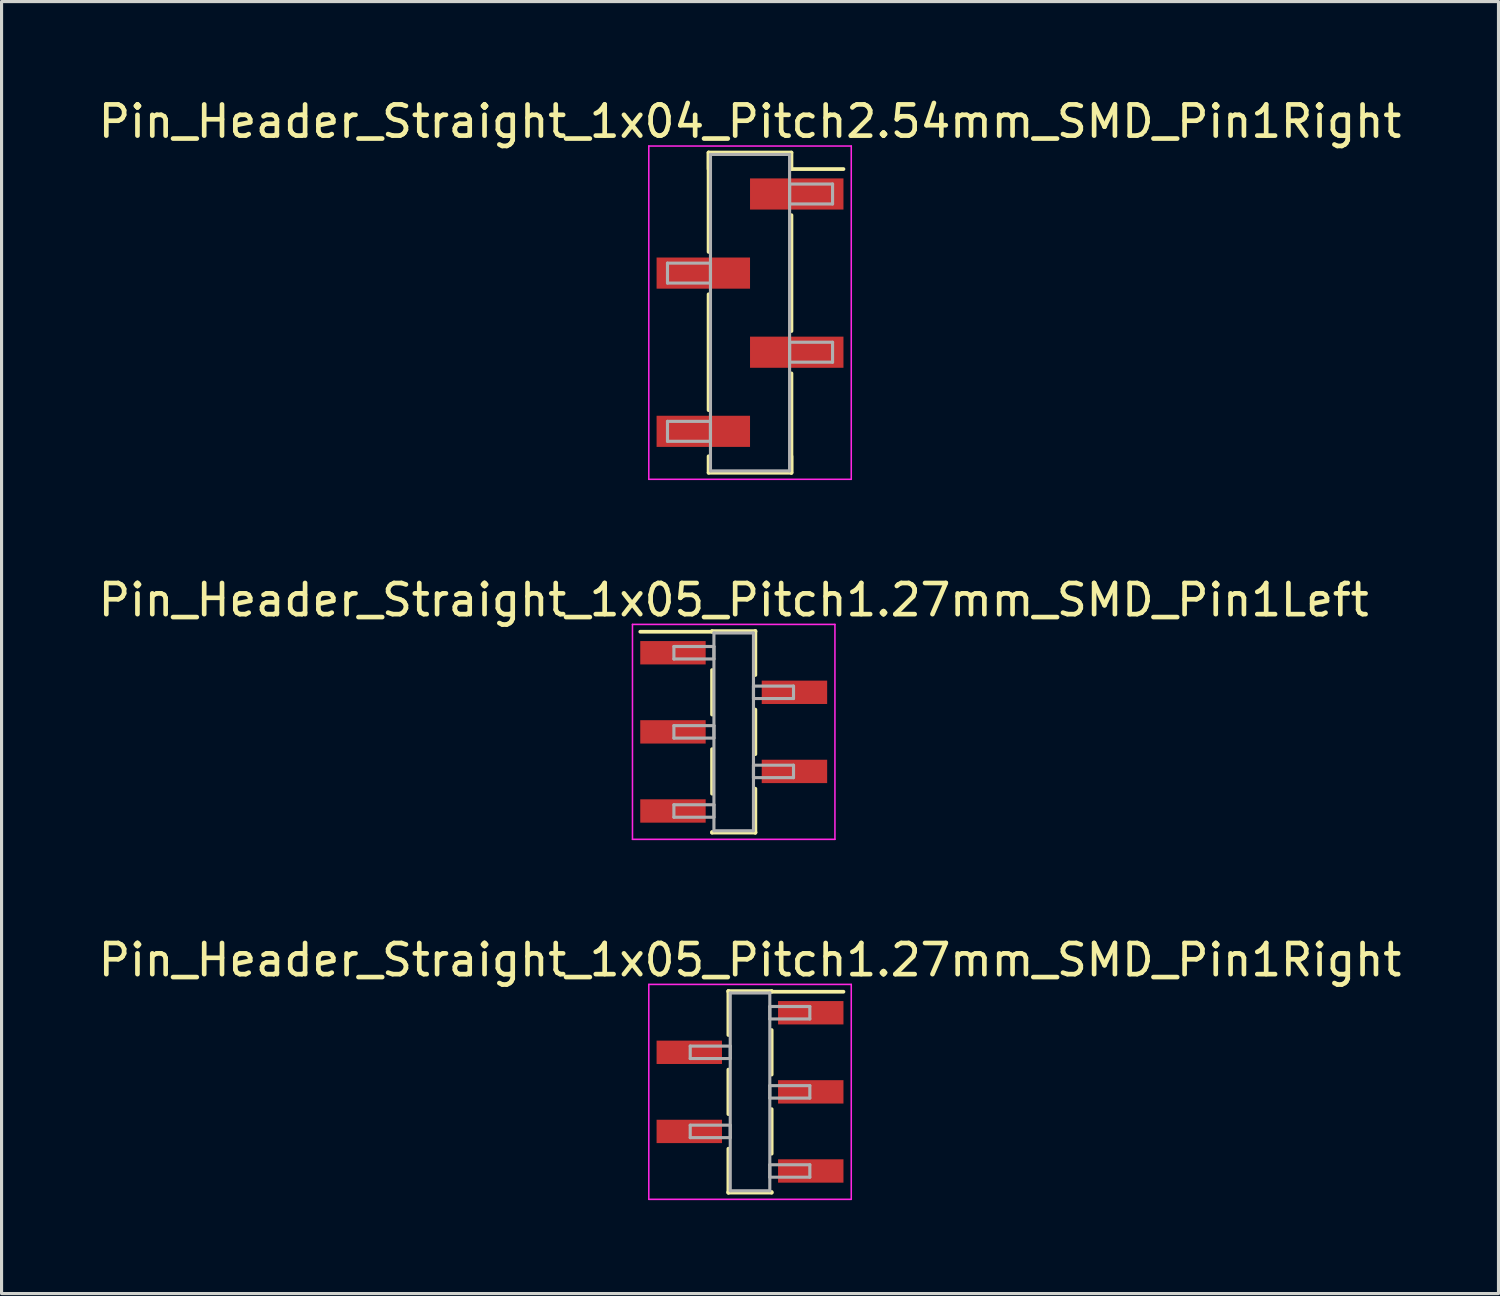
<source format=kicad_pcb>
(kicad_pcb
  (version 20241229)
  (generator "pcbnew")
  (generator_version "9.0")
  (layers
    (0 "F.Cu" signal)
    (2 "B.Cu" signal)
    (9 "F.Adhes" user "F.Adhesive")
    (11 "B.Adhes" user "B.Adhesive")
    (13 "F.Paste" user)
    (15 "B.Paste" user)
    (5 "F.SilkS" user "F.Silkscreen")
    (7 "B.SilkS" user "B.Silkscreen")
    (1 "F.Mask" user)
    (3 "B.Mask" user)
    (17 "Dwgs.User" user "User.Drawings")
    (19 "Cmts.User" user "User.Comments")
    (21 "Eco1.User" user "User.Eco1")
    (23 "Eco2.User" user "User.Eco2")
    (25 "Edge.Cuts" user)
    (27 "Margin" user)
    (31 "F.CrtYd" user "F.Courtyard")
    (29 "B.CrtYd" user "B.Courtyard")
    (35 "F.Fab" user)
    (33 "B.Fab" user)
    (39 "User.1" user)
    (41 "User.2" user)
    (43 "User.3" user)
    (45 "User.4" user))
  (footprint "Pin_Header_Straight_1x05_Pitch1.27mm_SMD_Pin1Left"
    (layer "F.Cu")
    (at 20.506 20.447)
    (property "Reference" "Pin_Header_Straight_1x05_Pitch1.27mm_SMD_Pin1Left" (at 0 -4.235 0) (layer "F.SilkS") (effects (font (size 1 1) (thickness 0.15))))
    (attr smd)
    (fp_line (start -0.695 -3.235) (end 0.695 -3.235) (stroke (width 0.12) (type solid)) (layer "F.SilkS"))
    (fp_line (start -0.695 -3.215) (end -3 -3.215) (stroke (width 0.12) (type solid)) (layer "F.SilkS"))
    (fp_line (start -0.695 -3.215) (end -0.695 -3.235) (stroke (width 0.12) (type solid)) (layer "F.SilkS"))
    (fp_line (start -0.695 -1.985) (end -0.695 -0.555) (stroke (width 0.12) (type solid)) (layer "F.SilkS"))
    (fp_line (start -0.695 0.555) (end -0.695 1.985) (stroke (width 0.12) (type solid)) (layer "F.SilkS"))
    (fp_line (start -0.695 3.215) (end -0.695 3.235) (stroke (width 0.12) (type solid)) (layer "F.SilkS"))
    (fp_line (start -0.695 3.235) (end 0.695 3.235) (stroke (width 0.12) (type solid)) (layer "F.SilkS"))
    (fp_line (start 0.695 -3.235) (end 0.695 -3.215) (stroke (width 0.12) (type solid)) (layer "F.SilkS"))
    (fp_line (start 0.695 -3.235) (end 0.695 -1.825) (stroke (width 0.12) (type solid)) (layer "F.SilkS"))
    (fp_line (start 0.695 -0.715) (end 0.695 0.715) (stroke (width 0.12) (type solid)) (layer "F.SilkS"))
    (fp_line (start 0.695 1.825) (end 0.695 3.235) (stroke (width 0.12) (type solid)) (layer "F.SilkS"))
    (fp_line (start 0.695 3.235) (end 0.695 3.215) (stroke (width 0.12) (type solid)) (layer "F.SilkS"))
    (fp_line (start -3.25 -3.45) (end -3.25 3.45) (stroke (width 0.05) (type solid)) (layer "F.CrtYd"))
    (fp_line (start -3.25 3.45) (end 3.25 3.45) (stroke (width 0.05) (type solid)) (layer "F.CrtYd"))
    (fp_line (start 3.25 -3.45) (end -3.25 -3.45) (stroke (width 0.05) (type solid)) (layer "F.CrtYd"))
    (fp_line (start 3.25 3.45) (end 3.25 -3.45) (stroke (width 0.05) (type solid)) (layer "F.CrtYd"))
    (fp_line (start -1.92 -2.74) (end -0.635 -2.74) (stroke (width 0.1) (type solid)) (layer "F.Fab"))
    (fp_line (start -1.92 -2.34) (end -1.92 -2.74) (stroke (width 0.1) (type solid)) (layer "F.Fab"))
    (fp_line (start -1.92 -0.2) (end -0.635 -0.2) (stroke (width 0.1) (type solid)) (layer "F.Fab"))
    (fp_line (start -1.92 0.2) (end -1.92 -0.2) (stroke (width 0.1) (type solid)) (layer "F.Fab"))
    (fp_line (start -1.92 2.34) (end -0.635 2.34) (stroke (width 0.1) (type solid)) (layer "F.Fab"))
    (fp_line (start -1.92 2.74) (end -1.92 2.34) (stroke (width 0.1) (type solid)) (layer "F.Fab"))
    (fp_line (start -0.635 -3.175) (end -0.635 3.175) (stroke (width 0.1) (type solid)) (layer "F.Fab"))
    (fp_line (start -0.635 -2.74) (end -0.635 -2.34) (stroke (width 0.1) (type solid)) (layer "F.Fab"))
    (fp_line (start -0.635 -2.34) (end -1.92 -2.34) (stroke (width 0.1) (type solid)) (layer "F.Fab"))
    (fp_line (start -0.635 -0.2) (end -0.635 0.2) (stroke (width 0.1) (type solid)) (layer "F.Fab"))
    (fp_line (start -0.635 0.2) (end -1.92 0.2) (stroke (width 0.1) (type solid)) (layer "F.Fab"))
    (fp_line (start -0.635 2.34) (end -0.635 2.74) (stroke (width 0.1) (type solid)) (layer "F.Fab"))
    (fp_line (start -0.635 2.74) (end -1.92 2.74) (stroke (width 0.1) (type solid)) (layer "F.Fab"))
    (fp_line (start -0.635 3.175) (end 0.635 3.175) (stroke (width 0.1) (type solid)) (layer "F.Fab"))
    (fp_line (start 0.635 -3.175) (end -0.635 -3.175) (stroke (width 0.1) (type solid)) (layer "F.Fab"))
    (fp_line (start 0.635 -1.47) (end 0.635 -1.07) (stroke (width 0.1) (type solid)) (layer "F.Fab"))
    (fp_line (start 0.635 -1.07) (end 1.92 -1.07) (stroke (width 0.1) (type solid)) (layer "F.Fab"))
    (fp_line (start 0.635 1.07) (end 0.635 1.47) (stroke (width 0.1) (type solid)) (layer "F.Fab"))
    (fp_line (start 0.635 1.47) (end 1.92 1.47) (stroke (width 0.1) (type solid)) (layer "F.Fab"))
    (fp_line (start 0.635 3.175) (end 0.635 -3.175) (stroke (width 0.1) (type solid)) (layer "F.Fab"))
    (fp_line (start 1.92 -1.47) (end 0.635 -1.47) (stroke (width 0.1) (type solid)) (layer "F.Fab"))
    (fp_line (start 1.92 -1.07) (end 1.92 -1.47) (stroke (width 0.1) (type solid)) (layer "F.Fab"))
    (fp_line (start 1.92 1.07) (end 0.635 1.07) (stroke (width 0.1) (type solid)) (layer "F.Fab"))
    (fp_line (start 1.92 1.47) (end 1.92 1.07) (stroke (width 0.1) (type solid)) (layer "F.Fab"))
    (pad "1" smd rect (at -1.95 -2.54) (size 2.1 0.75) (layers "F.Cu" "F.Mask"))
    (pad "2" smd rect (at 1.95 -1.27) (size 2.1 0.75) (layers "F.Cu" "F.Mask"))
    (pad "3" smd rect (at -1.95 0) (size 2.1 0.75) (layers "F.Cu" "F.Mask"))
    (pad "4" smd rect (at 1.95 1.27) (size 2.1 0.75) (layers "F.Cu" "F.Mask"))
    (pad "5" smd rect (at -1.95 2.54) (size 2.1 0.75) (layers "F.Cu" "F.Mask")))
  (footprint "Pin_Header_Straight_1x04_Pitch2.54mm_SMD_Pin1Right"
    (layer "F.Cu")
    (at 21.03 6.988)
    (property "Reference" "Pin_Header_Straight_1x04_Pitch2.54mm_SMD_Pin1Right" (at 0 -6.14 0) (layer "F.SilkS") (effects (font (size 1 1) (thickness 0.15))))
    (attr smd)
    (fp_line (start -1.33 -5.14) (end -1.33 -1.95) (stroke (width 0.12) (type solid)) (layer "F.SilkS"))
    (fp_line (start -1.33 -5.14) (end 1.33 -5.14) (stroke (width 0.12) (type solid)) (layer "F.SilkS"))
    (fp_line (start -1.33 -4.61) (end -1.33 -5.14) (stroke (width 0.12) (type solid)) (layer "F.SilkS"))
    (fp_line (start -1.33 -0.59) (end -1.33 3.13) (stroke (width 0.12) (type solid)) (layer "F.SilkS"))
    (fp_line (start -1.33 4.61) (end -1.33 5.14) (stroke (width 0.12) (type solid)) (layer "F.SilkS"))
    (fp_line (start -1.33 5.14) (end 1.33 5.14) (stroke (width 0.12) (type solid)) (layer "F.SilkS"))
    (fp_line (start 1.33 -5.14) (end 1.33 -4.61) (stroke (width 0.12) (type solid)) (layer "F.SilkS"))
    (fp_line (start 1.33 -4.61) (end 3 -4.61) (stroke (width 0.12) (type solid)) (layer "F.SilkS"))
    (fp_line (start 1.33 -3.13) (end 1.33 0.59) (stroke (width 0.12) (type solid)) (layer "F.SilkS"))
    (fp_line (start 1.33 1.95) (end 1.33 5.14) (stroke (width 0.12) (type solid)) (layer "F.SilkS"))
    (fp_line (start 1.33 5.14) (end 1.33 4.61) (stroke (width 0.12) (type solid)) (layer "F.SilkS"))
    (fp_line (start -3.25 -5.35) (end -3.25 5.35) (stroke (width 0.05) (type solid)) (layer "F.CrtYd"))
    (fp_line (start -3.25 5.35) (end 3.25 5.35) (stroke (width 0.05) (type solid)) (layer "F.CrtYd"))
    (fp_line (start 3.25 -5.35) (end -3.25 -5.35) (stroke (width 0.05) (type solid)) (layer "F.CrtYd"))
    (fp_line (start 3.25 5.35) (end 3.25 -5.35) (stroke (width 0.05) (type solid)) (layer "F.CrtYd"))
    (fp_line (start -2.65 -1.59) (end -1.27 -1.59) (stroke (width 0.1) (type solid)) (layer "F.Fab"))
    (fp_line (start -2.65 -0.95) (end -2.65 -1.59) (stroke (width 0.1) (type solid)) (layer "F.Fab"))
    (fp_line (start -2.65 3.49) (end -1.27 3.49) (stroke (width 0.1) (type solid)) (layer "F.Fab"))
    (fp_line (start -2.65 4.13) (end -2.65 3.49) (stroke (width 0.1) (type solid)) (layer "F.Fab"))
    (fp_line (start -1.27 -5.08) (end -1.27 5.08) (stroke (width 0.1) (type solid)) (layer "F.Fab"))
    (fp_line (start -1.27 -1.59) (end -1.27 -0.95) (stroke (width 0.1) (type solid)) (layer "F.Fab"))
    (fp_line (start -1.27 -0.95) (end -2.65 -0.95) (stroke (width 0.1) (type solid)) (layer "F.Fab"))
    (fp_line (start -1.27 3.49) (end -1.27 4.13) (stroke (width 0.1) (type solid)) (layer "F.Fab"))
    (fp_line (start -1.27 4.13) (end -2.65 4.13) (stroke (width 0.1) (type solid)) (layer "F.Fab"))
    (fp_line (start -1.27 5.08) (end 1.27 5.08) (stroke (width 0.1) (type solid)) (layer "F.Fab"))
    (fp_line (start 1.27 -5.08) (end -1.27 -5.08) (stroke (width 0.1) (type solid)) (layer "F.Fab"))
    (fp_line (start 1.27 -4.13) (end 1.27 -3.49) (stroke (width 0.1) (type solid)) (layer "F.Fab"))
    (fp_line (start 1.27 -3.49) (end 2.65 -3.49) (stroke (width 0.1) (type solid)) (layer "F.Fab"))
    (fp_line (start 1.27 0.95) (end 1.27 1.59) (stroke (width 0.1) (type solid)) (layer "F.Fab"))
    (fp_line (start 1.27 1.59) (end 2.65 1.59) (stroke (width 0.1) (type solid)) (layer "F.Fab"))
    (fp_line (start 1.27 5.08) (end 1.27 -5.08) (stroke (width 0.1) (type solid)) (layer "F.Fab"))
    (fp_line (start 2.65 -4.13) (end 1.27 -4.13) (stroke (width 0.1) (type solid)) (layer "F.Fab"))
    (fp_line (start 2.65 -3.49) (end 2.65 -4.13) (stroke (width 0.1) (type solid)) (layer "F.Fab"))
    (fp_line (start 2.65 0.95) (end 1.27 0.95) (stroke (width 0.1) (type solid)) (layer "F.Fab"))
    (fp_line (start 2.65 1.59) (end 2.65 0.95) (stroke (width 0.1) (type solid)) (layer "F.Fab"))
    (pad "1" smd rect (at 1.5 -3.81) (size 3 1) (layers "F.Cu" "F.Mask"))
    (pad "2" smd rect (at -1.5 -1.27) (size 3 1) (layers "F.Cu" "F.Mask"))
    (pad "3" smd rect (at 1.5 1.27) (size 3 1) (layers "F.Cu" "F.Mask"))
    (pad "4" smd rect (at -1.5 3.81) (size 3 1) (layers "F.Cu" "F.Mask")))
  (footprint "Pin_Header_Straight_1x05_Pitch1.27mm_SMD_Pin1Right"
    (layer "F.Cu")
    (at 21.03 32.005)
    (property "Reference" "Pin_Header_Straight_1x05_Pitch1.27mm_SMD_Pin1Right" (at 0 -4.235 0) (layer "F.SilkS") (effects (font (size 1 1) (thickness 0.15))))
    (attr smd)
    (fp_line (start -0.695 -3.235) (end -0.695 -1.825) (stroke (width 0.12) (type solid)) (layer "F.SilkS"))
    (fp_line (start -0.695 -3.235) (end 0.695 -3.235) (stroke (width 0.12) (type solid)) (layer "F.SilkS"))
    (fp_line (start -0.695 -3.215) (end -0.695 -3.235) (stroke (width 0.12) (type solid)) (layer "F.SilkS"))
    (fp_line (start -0.695 -0.715) (end -0.695 0.715) (stroke (width 0.12) (type solid)) (layer "F.SilkS"))
    (fp_line (start -0.695 1.825) (end -0.695 3.235) (stroke (width 0.12) (type solid)) (layer "F.SilkS"))
    (fp_line (start -0.695 3.215) (end -0.695 3.235) (stroke (width 0.12) (type solid)) (layer "F.SilkS"))
    (fp_line (start -0.695 3.235) (end 0.695 3.235) (stroke (width 0.12) (type solid)) (layer "F.SilkS"))
    (fp_line (start 0.695 -3.235) (end 0.695 -3.215) (stroke (width 0.12) (type solid)) (layer "F.SilkS"))
    (fp_line (start 0.695 -3.215) (end 3 -3.215) (stroke (width 0.12) (type solid)) (layer "F.SilkS"))
    (fp_line (start 0.695 -1.985) (end 0.695 -0.555) (stroke (width 0.12) (type solid)) (layer "F.SilkS"))
    (fp_line (start 0.695 0.555) (end 0.695 1.985) (stroke (width 0.12) (type solid)) (layer "F.SilkS"))
    (fp_line (start 0.695 3.235) (end 0.695 3.215) (stroke (width 0.12) (type solid)) (layer "F.SilkS"))
    (fp_line (start -3.25 -3.45) (end -3.25 3.45) (stroke (width 0.05) (type solid)) (layer "F.CrtYd"))
    (fp_line (start -3.25 3.45) (end 3.25 3.45) (stroke (width 0.05) (type solid)) (layer "F.CrtYd"))
    (fp_line (start 3.25 -3.45) (end -3.25 -3.45) (stroke (width 0.05) (type solid)) (layer "F.CrtYd"))
    (fp_line (start 3.25 3.45) (end 3.25 -3.45) (stroke (width 0.05) (type solid)) (layer "F.CrtYd"))
    (fp_line (start -1.92 -1.47) (end -0.635 -1.47) (stroke (width 0.1) (type solid)) (layer "F.Fab"))
    (fp_line (start -1.92 -1.07) (end -1.92 -1.47) (stroke (width 0.1) (type solid)) (layer "F.Fab"))
    (fp_line (start -1.92 1.07) (end -0.635 1.07) (stroke (width 0.1) (type solid)) (layer "F.Fab"))
    (fp_line (start -1.92 1.47) (end -1.92 1.07) (stroke (width 0.1) (type solid)) (layer "F.Fab"))
    (fp_line (start -0.635 -3.175) (end -0.635 3.175) (stroke (width 0.1) (type solid)) (layer "F.Fab"))
    (fp_line (start -0.635 -1.47) (end -0.635 -1.07) (stroke (width 0.1) (type solid)) (layer "F.Fab"))
    (fp_line (start -0.635 -1.07) (end -1.92 -1.07) (stroke (width 0.1) (type solid)) (layer "F.Fab"))
    (fp_line (start -0.635 1.07) (end -0.635 1.47) (stroke (width 0.1) (type solid)) (layer "F.Fab"))
    (fp_line (start -0.635 1.47) (end -1.92 1.47) (stroke (width 0.1) (type solid)) (layer "F.Fab"))
    (fp_line (start -0.635 3.175) (end 0.635 3.175) (stroke (width 0.1) (type solid)) (layer "F.Fab"))
    (fp_line (start 0.635 -3.175) (end -0.635 -3.175) (stroke (width 0.1) (type solid)) (layer "F.Fab"))
    (fp_line (start 0.635 -2.74) (end 0.635 -2.34) (stroke (width 0.1) (type solid)) (layer "F.Fab"))
    (fp_line (start 0.635 -2.34) (end 1.92 -2.34) (stroke (width 0.1) (type solid)) (layer "F.Fab"))
    (fp_line (start 0.635 -0.2) (end 0.635 0.2) (stroke (width 0.1) (type solid)) (layer "F.Fab"))
    (fp_line (start 0.635 0.2) (end 1.92 0.2) (stroke (width 0.1) (type solid)) (layer "F.Fab"))
    (fp_line (start 0.635 2.34) (end 0.635 2.74) (stroke (width 0.1) (type solid)) (layer "F.Fab"))
    (fp_line (start 0.635 2.74) (end 1.92 2.74) (stroke (width 0.1) (type solid)) (layer "F.Fab"))
    (fp_line (start 0.635 3.175) (end 0.635 -3.175) (stroke (width 0.1) (type solid)) (layer "F.Fab"))
    (fp_line (start 1.92 -2.74) (end 0.635 -2.74) (stroke (width 0.1) (type solid)) (layer "F.Fab"))
    (fp_line (start 1.92 -2.34) (end 1.92 -2.74) (stroke (width 0.1) (type solid)) (layer "F.Fab"))
    (fp_line (start 1.92 -0.2) (end 0.635 -0.2) (stroke (width 0.1) (type solid)) (layer "F.Fab"))
    (fp_line (start 1.92 0.2) (end 1.92 -0.2) (stroke (width 0.1) (type solid)) (layer "F.Fab"))
    (fp_line (start 1.92 2.34) (end 0.635 2.34) (stroke (width 0.1) (type solid)) (layer "F.Fab"))
    (fp_line (start 1.92 2.74) (end 1.92 2.34) (stroke (width 0.1) (type solid)) (layer "F.Fab"))
    (pad "1" smd rect (at 1.95 -2.54) (size 2.1 0.75) (layers "F.Cu" "F.Mask"))
    (pad "2" smd rect (at -1.95 -1.27) (size 2.1 0.75) (layers "F.Cu" "F.Mask"))
    (pad "3" smd rect (at 1.95 0) (size 2.1 0.75) (layers "F.Cu" "F.Mask"))
    (pad "4" smd rect (at -1.95 1.27) (size 2.1 0.75) (layers "F.Cu" "F.Mask"))
    (pad "5" smd rect (at 1.95 2.54) (size 2.1 0.75) (layers "F.Cu" "F.Mask")))
  (gr_rect
    (start -3 -3)
    (end 45.06 38.48)
    (stroke (width 0.1) (type default))
    (fill no)
    (layer "Edge.Cuts")))
</source>
